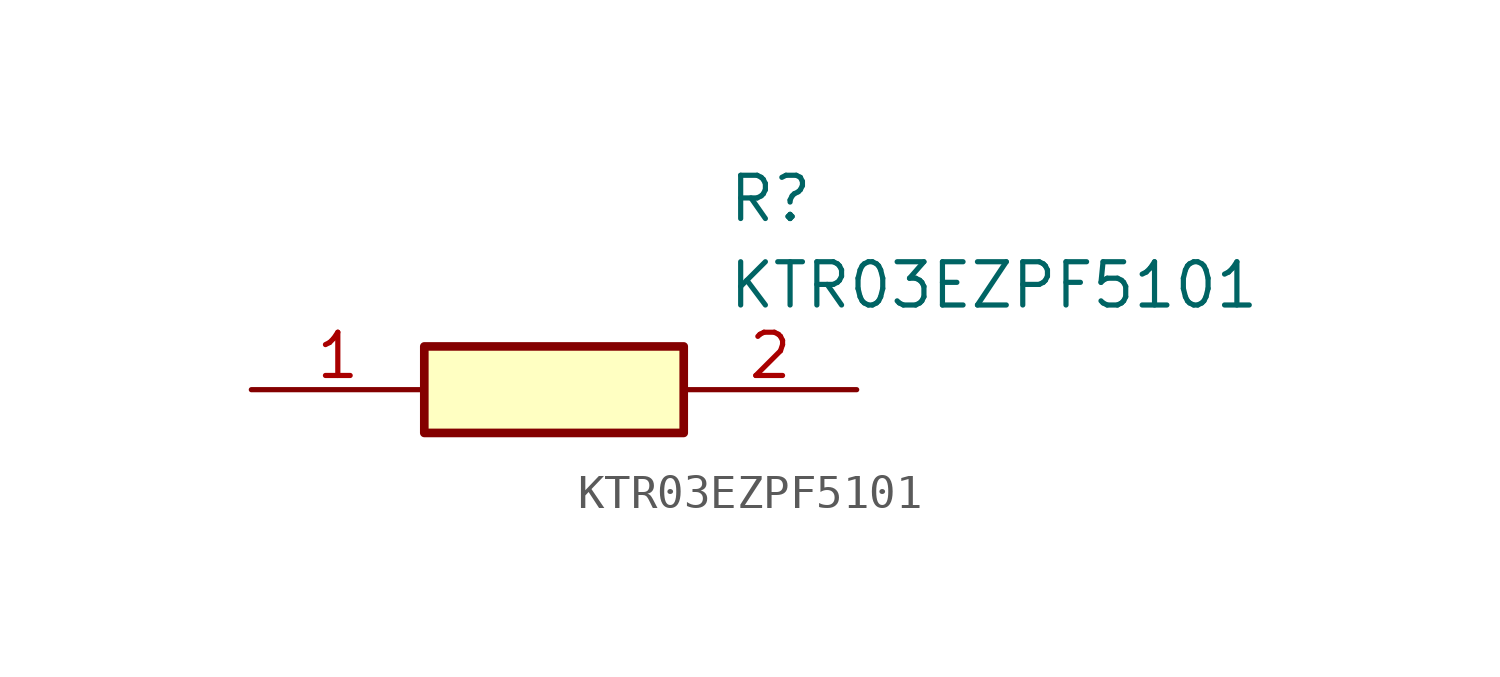
<source format=kicad_sym>
(kicad_symbol_lib
  (version 20211014)
  (generator SamacSys_ECAD_Model)
  (symbol "KTR03EZPF5101"
    (pin_names hide)
    (property "Reference" "R"
      (at 13.97 6.35 0)
      (effects (font (size 1.27 1.27)) (justify left top)))
    (property "Value" "KTR03EZPF5101"
      (at 13.97 3.81 0)
      (effects (font (size 1.27 1.27)) (justify left top)))
    (rectangle
      (start 5.08 1.27)
      (end 12.7 -1.27)
      (stroke (width 0.254) (type default))
      (fill (type background)))
    (pin passive line
      (at 0 0 0)
      (length 5.08)
      (name "1" (effects (font (size 1.27 1.27))))
      (number "1" (effects (font (size 1.27 1.27)))))
    (pin passive line
      (at 17.78 0 180)
      (length 5.08)
      (name "2" (effects (font (size 1.27 1.27))))
      (number "2" (effects (font (size 1.27 1.27)))))))
</source>
